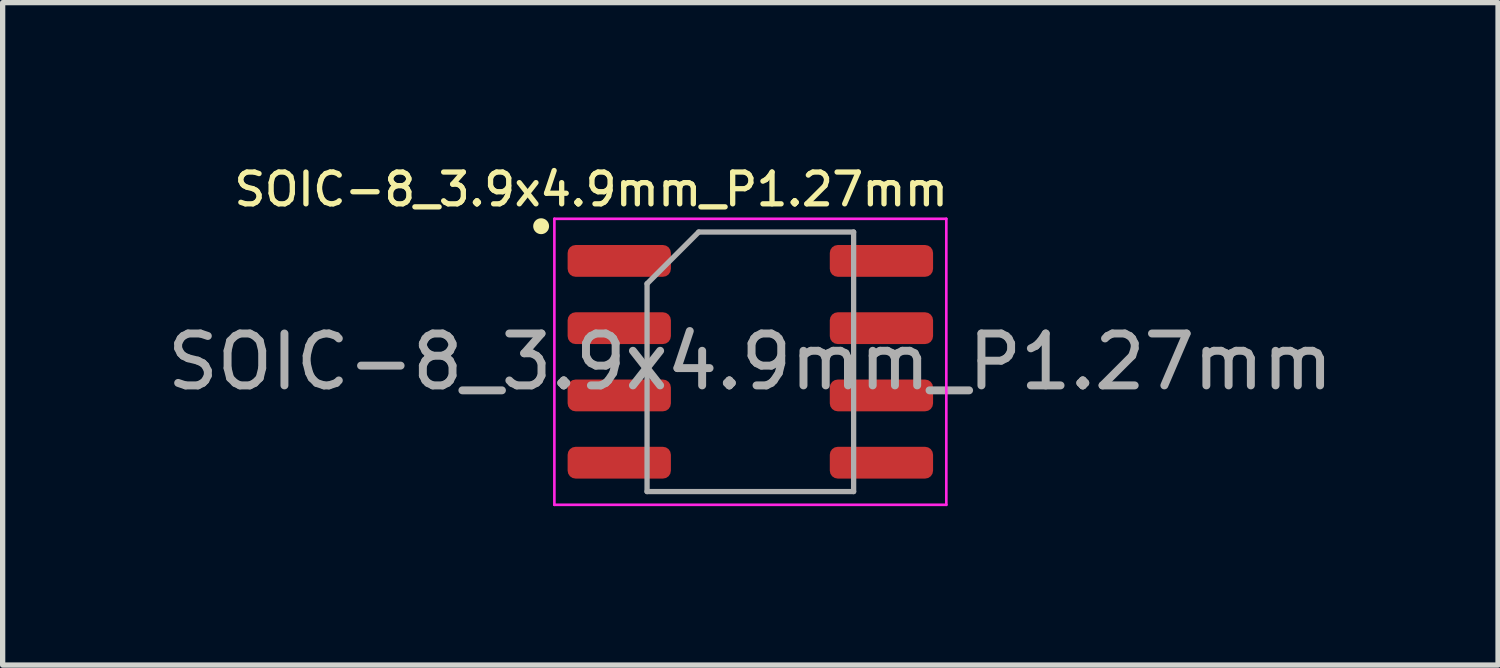
<source format=kicad_pcb>
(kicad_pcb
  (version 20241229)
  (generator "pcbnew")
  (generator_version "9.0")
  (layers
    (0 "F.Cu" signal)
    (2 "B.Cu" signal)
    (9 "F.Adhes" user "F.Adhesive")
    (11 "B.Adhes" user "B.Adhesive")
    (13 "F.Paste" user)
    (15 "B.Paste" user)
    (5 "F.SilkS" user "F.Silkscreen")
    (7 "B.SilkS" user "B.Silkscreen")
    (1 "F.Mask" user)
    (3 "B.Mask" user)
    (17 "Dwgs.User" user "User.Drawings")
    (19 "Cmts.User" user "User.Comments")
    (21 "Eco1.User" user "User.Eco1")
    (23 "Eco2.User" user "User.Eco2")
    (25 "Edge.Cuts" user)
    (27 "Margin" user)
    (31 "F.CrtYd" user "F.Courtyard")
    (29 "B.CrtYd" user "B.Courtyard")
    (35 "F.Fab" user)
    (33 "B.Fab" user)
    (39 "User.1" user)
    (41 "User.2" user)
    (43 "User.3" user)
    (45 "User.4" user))
  (footprint "SOIC-8_3.9x4.9mm_P1.27mm"
    (layer "F.Cu")
    (at 11.117 3.781)
    (property "Reference" "SOIC-8_3.9x4.9mm_P1.27mm" (at -3.005 -3.255 0) (layer "F.SilkS") (effects (font (size 0.6 0.6) (thickness 0.1) (bold yes))))
    (attr smd)
    (fp_circle (center -3.95 -2.56) (end -3.85 -2.56) (stroke (width 0.1) (type solid)) (fill yes) (layer "F.SilkS"))
    (fp_line (start -3.7 -2.7) (end -3.7 2.7) (stroke (width 0.05) (type solid)) (layer "F.CrtYd"))
    (fp_line (start -3.7 2.7) (end 3.7 2.7) (stroke (width 0.05) (type solid)) (layer "F.CrtYd"))
    (fp_line (start 3.7 -2.7) (end -3.7 -2.7) (stroke (width 0.05) (type solid)) (layer "F.CrtYd"))
    (fp_line (start 3.7 2.7) (end 3.7 -2.7) (stroke (width 0.05) (type solid)) (layer "F.CrtYd"))
    (fp_line (start -1.95 -1.475) (end -0.975 -2.45) (stroke (width 0.1) (type solid)) (layer "F.Fab"))
    (fp_line (start -1.95 2.45) (end -1.95 -1.475) (stroke (width 0.1) (type solid)) (layer "F.Fab"))
    (fp_line (start -0.975 -2.45) (end 1.95 -2.45) (stroke (width 0.1) (type solid)) (layer "F.Fab"))
    (fp_line (start 1.95 -2.45) (end 1.95 2.45) (stroke (width 0.1) (type solid)) (layer "F.Fab"))
    (fp_line (start 1.95 2.45) (end -1.95 2.45) (stroke (width 0.1) (type solid)) (layer "F.Fab"))
    (fp_text user "${REFERENCE}" (at 0 0 0) (layer "F.Fab") (effects (font (size 0.98 0.98) (thickness 0.15))))
    (pad "1" smd roundrect (at -2.475 -1.905) (size 1.95 0.6) (layers "F.Cu" "F.Mask" "F.Paste") (roundrect_rratio 0.25))
    (pad "2" smd roundrect (at -2.475 -0.635) (size 1.95 0.6) (layers "F.Cu" "F.Mask" "F.Paste") (roundrect_rratio 0.25))
    (pad "3" smd roundrect (at -2.475 0.635) (size 1.95 0.6) (layers "F.Cu" "F.Mask" "F.Paste") (roundrect_rratio 0.25))
    (pad "4" smd roundrect (at -2.475 1.905) (size 1.95 0.6) (layers "F.Cu" "F.Mask" "F.Paste") (roundrect_rratio 0.25))
    (pad "5" smd roundrect (at 2.475 1.905) (size 1.95 0.6) (layers "F.Cu" "F.Mask" "F.Paste") (roundrect_rratio 0.25))
    (pad "6" smd roundrect (at 2.475 0.635) (size 1.95 0.6) (layers "F.Cu" "F.Mask" "F.Paste") (roundrect_rratio 0.25))
    (pad "7" smd roundrect (at 2.475 -0.635) (size 1.95 0.6) (layers "F.Cu" "F.Mask" "F.Paste") (roundrect_rratio 0.25))
    (pad "8" smd roundrect (at 2.475 -1.905) (size 1.95 0.6) (layers "F.Cu" "F.Mask" "F.Paste") (roundrect_rratio 0.25)))
  (gr_rect
    (start -3 -3)
    (end 25.234 9.507)
    (stroke (width 0.1) (type default))
    (fill no)
    (layer "Edge.Cuts")))
</source>
